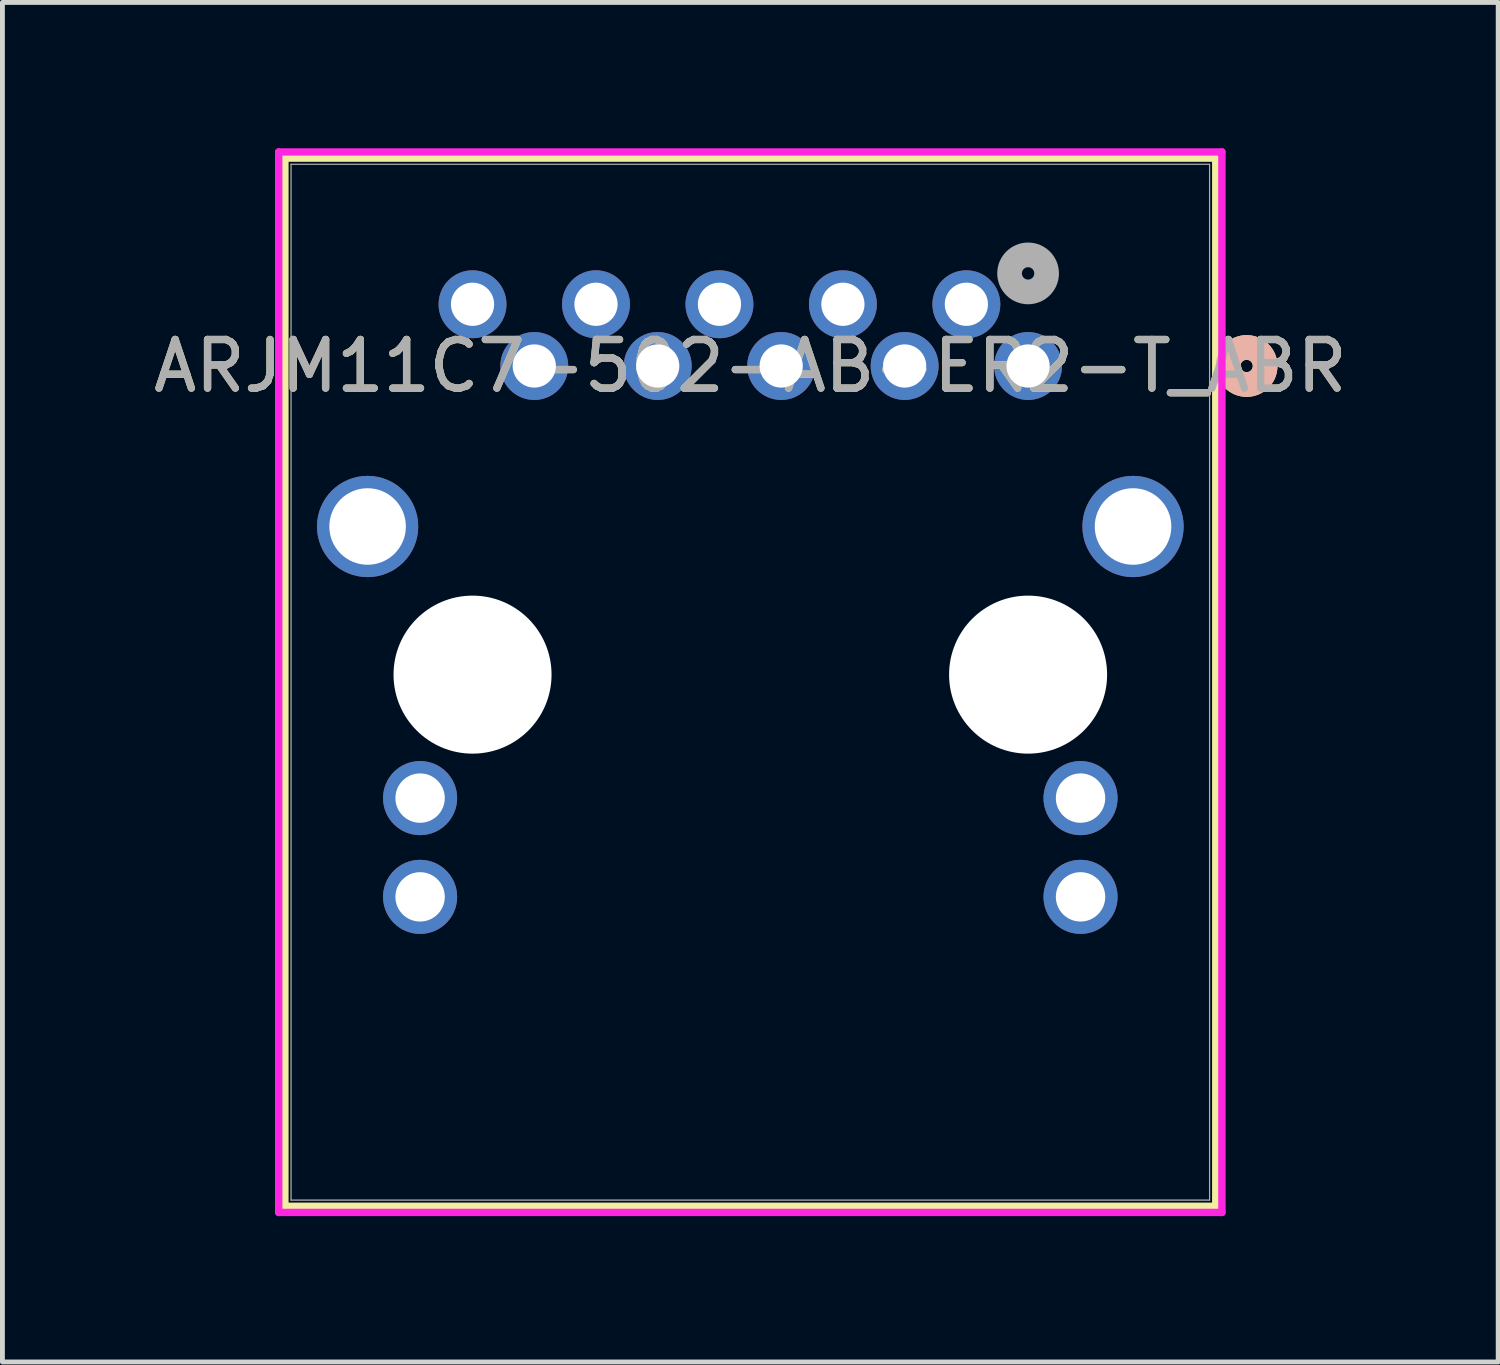
<source format=kicad_pcb>
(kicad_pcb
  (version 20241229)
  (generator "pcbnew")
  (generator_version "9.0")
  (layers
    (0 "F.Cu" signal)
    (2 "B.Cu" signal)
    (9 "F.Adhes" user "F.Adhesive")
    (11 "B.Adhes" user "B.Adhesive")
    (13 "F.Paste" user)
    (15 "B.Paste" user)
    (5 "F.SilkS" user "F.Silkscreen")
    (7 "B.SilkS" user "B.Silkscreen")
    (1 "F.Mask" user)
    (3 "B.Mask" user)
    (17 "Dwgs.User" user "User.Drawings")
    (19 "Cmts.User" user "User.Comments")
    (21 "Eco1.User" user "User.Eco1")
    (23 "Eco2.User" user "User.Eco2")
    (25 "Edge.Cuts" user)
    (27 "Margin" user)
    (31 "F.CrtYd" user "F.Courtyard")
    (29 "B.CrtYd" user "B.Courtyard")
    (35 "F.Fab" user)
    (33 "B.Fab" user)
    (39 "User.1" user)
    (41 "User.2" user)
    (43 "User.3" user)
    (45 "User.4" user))
  (footprint "ARJM11C7-502-AB-ER2-T_ABR"
    (layer "F.Cu")
    (at 18.102 4.48)
    (property "Reference" "ARJM11C7-502-AB-ER2-T_ABR" (at -5.715 0 0) (unlocked yes) (layer "F.SilkS") (effects (font (size 1 1) (thickness 0.15))))
    (attr through_hole)
    (fp_line (start -15.291 -4.277) (end -15.291 17.288) (stroke (width 0.152) (type solid)) (layer "F.SilkS"))
    (fp_line (start -15.291 17.288) (end 3.861 17.288) (stroke (width 0.152) (type solid)) (layer "F.SilkS"))
    (fp_line (start 3.861 -4.277) (end -15.291 -4.277) (stroke (width 0.152) (type solid)) (layer "F.SilkS"))
    (fp_line (start 3.861 17.288) (end 3.861 -4.277) (stroke (width 0.152) (type solid)) (layer "F.SilkS"))
    (fp_circle (center 4.496 0) (end 4.877 0) (stroke (width 0.508) (type solid)) (fill no) (layer "F.SilkS"))
    (fp_circle (center 4.496 0) (end 4.877 0) (stroke (width 0.508) (type solid)) (fill no) (layer "B.SilkS"))
    (fp_line (start -15.418 -4.404) (end -15.418 17.415) (stroke (width 0.152) (type solid)) (layer "F.CrtYd"))
    (fp_line (start -15.418 17.415) (end 3.988 17.415) (stroke (width 0.152) (type solid)) (layer "F.CrtYd"))
    (fp_line (start 3.988 -4.404) (end -15.418 -4.404) (stroke (width 0.152) (type solid)) (layer "F.CrtYd"))
    (fp_line (start 3.988 17.415) (end 3.988 -4.404) (stroke (width 0.152) (type solid)) (layer "F.CrtYd"))
    (fp_line (start -15.164 -4.15) (end -15.164 17.161) (stroke (width 0.025) (type solid)) (layer "F.Fab"))
    (fp_line (start -15.164 17.161) (end 3.734 17.161) (stroke (width 0.025) (type solid)) (layer "F.Fab"))
    (fp_line (start 3.734 -4.15) (end -15.164 -4.15) (stroke (width 0.025) (type solid)) (layer "F.Fab"))
    (fp_line (start 3.734 17.161) (end 3.734 -4.15) (stroke (width 0.025) (type solid)) (layer "F.Fab"))
    (fp_circle (center 0 -1.905) (end 0.381 -1.905) (stroke (width 0.508) (type solid)) (fill no) (layer "F.Fab"))
    (fp_text user "${REFERENCE}" (at -5.715 0 0) (unlocked yes) (layer "F.Fab") (effects (font (size 1 1) (thickness 0.15))))
    (pad "" np_thru_hole circle (at -11.43 6.35 90) (size 3.251 3.251) (drill 3.251) (layers "*.Cu" "*.Mask"))
    (pad "" np_thru_hole circle (at 0 6.35 90) (size 3.251 3.251) (drill 3.251) (layers "*.Cu" "*.Mask"))
    (pad "1" thru_hole circle (at 0 0) (size 1.397 1.397) (drill 0.889) (layers "*.Cu" "*.Mask"))
    (pad "2" thru_hole circle (at -1.27 -1.27) (size 1.397 1.397) (drill 0.889) (layers "*.Cu" "*.Mask"))
    (pad "3" thru_hole circle (at -2.54 0) (size 1.397 1.397) (drill 0.889) (layers "*.Cu" "*.Mask"))
    (pad "4" thru_hole circle (at -3.81 -1.27) (size 1.397 1.397) (drill 0.889) (layers "*.Cu" "*.Mask"))
    (pad "5" thru_hole circle (at -5.08 0) (size 1.397 1.397) (drill 0.889) (layers "*.Cu" "*.Mask"))
    (pad "6" thru_hole circle (at -6.35 -1.27) (size 1.397 1.397) (drill 0.889) (layers "*.Cu" "*.Mask"))
    (pad "7" thru_hole circle (at -7.62 0) (size 1.397 1.397) (drill 0.889) (layers "*.Cu" "*.Mask"))
    (pad "8" thru_hole circle (at -8.89 -1.27) (size 1.397 1.397) (drill 0.889) (layers "*.Cu" "*.Mask"))
    (pad "9" thru_hole circle (at -10.16 0) (size 1.397 1.397) (drill 0.889) (layers "*.Cu" "*.Mask"))
    (pad "10" thru_hole circle (at -11.43 -1.27) (size 1.397 1.397) (drill 0.889) (layers "*.Cu" "*.Mask"))
    (pad "11" thru_hole circle (at -12.509 8.89 90) (size 1.524 1.524) (drill 1.016) (layers "*.Cu" "*.Mask"))
    (pad "12" thru_hole circle (at -12.509 10.922) (size 1.524 1.524) (drill 1.016) (layers "*.Cu" "*.Mask"))
    (pad "13" thru_hole circle (at 1.079 8.89 90) (size 1.524 1.524) (drill 1.016) (layers "*.Cu" "*.Mask"))
    (pad "14" thru_hole circle (at 1.079 10.922) (size 1.524 1.524) (drill 1.016) (layers "*.Cu" "*.Mask"))
    (pad "17" thru_hole circle (at -13.589 3.302 90) (size 2.083 2.083) (drill 1.575) (layers "*.Cu" "*.Mask"))
    (pad "18" thru_hole circle (at 2.159 3.302 90) (size 2.083 2.083) (drill 1.575) (layers "*.Cu" "*.Mask")))
  (gr_rect
    (start -3 -3)
    (end 27.774 24.971)
    (stroke (width 0.1) (type default))
    (fill no)
    (layer "Edge.Cuts")))
</source>
